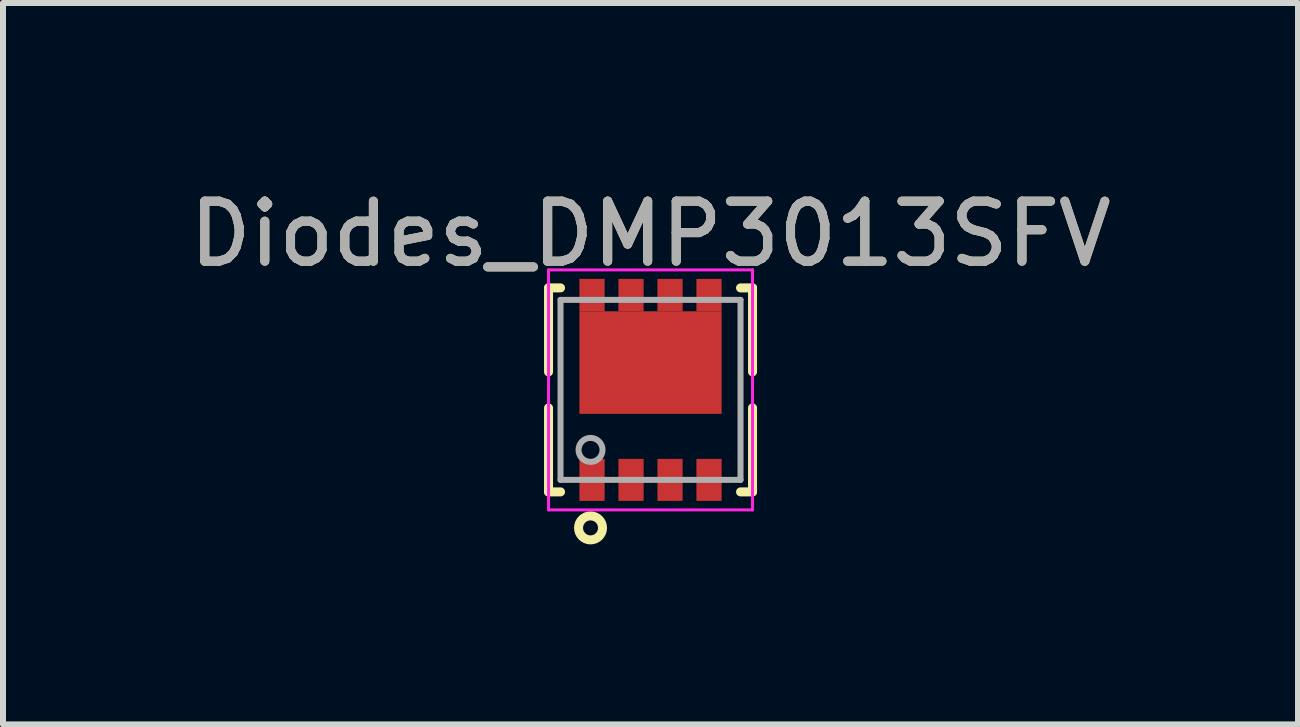
<source format=kicad_pcb>
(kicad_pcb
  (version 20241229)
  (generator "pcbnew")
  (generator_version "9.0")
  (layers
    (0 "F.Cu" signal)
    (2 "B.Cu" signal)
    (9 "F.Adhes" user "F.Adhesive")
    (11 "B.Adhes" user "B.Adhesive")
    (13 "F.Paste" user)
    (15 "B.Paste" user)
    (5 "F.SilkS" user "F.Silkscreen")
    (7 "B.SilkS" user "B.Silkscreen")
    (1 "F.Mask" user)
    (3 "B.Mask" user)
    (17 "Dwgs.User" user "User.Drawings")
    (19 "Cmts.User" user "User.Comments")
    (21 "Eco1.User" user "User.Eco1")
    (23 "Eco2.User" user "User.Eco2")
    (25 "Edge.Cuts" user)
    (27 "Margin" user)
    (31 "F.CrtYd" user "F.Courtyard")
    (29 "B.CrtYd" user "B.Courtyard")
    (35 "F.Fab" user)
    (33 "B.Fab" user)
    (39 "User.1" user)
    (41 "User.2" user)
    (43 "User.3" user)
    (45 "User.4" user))
  (footprint "Diodes_DMP3013SFV"
    (layer "F.Cu")
    (at 7.792 3.448)
    (property "Reference" "Diodes_DMP3013SFV" (at 0 -2.6 0) (layer "F.SilkS") (effects (font (size 1 1) (thickness 0.15))))
    (attr smd)
    (fp_line (start -1.7 -1.7) (end -1.7 -0.3) (stroke (width 0.15) (type solid)) (layer "F.SilkS"))
    (fp_line (start -1.7 0.3) (end -1.7 1.7) (stroke (width 0.15) (type solid)) (layer "F.SilkS"))
    (fp_line (start -1.7 1.7) (end -1.5 1.7) (stroke (width 0.15) (type solid)) (layer "F.SilkS"))
    (fp_line (start -1.5 -1.7) (end -1.7 -1.7) (stroke (width 0.15) (type solid)) (layer "F.SilkS"))
    (fp_line (start 1.5 1.7) (end 1.7 1.7) (stroke (width 0.15) (type solid)) (layer "F.SilkS"))
    (fp_line (start 1.7 -1.7) (end 1.5 -1.7) (stroke (width 0.15) (type solid)) (layer "F.SilkS"))
    (fp_line (start 1.7 -1.7) (end 1.7 -0.3) (stroke (width 0.15) (type solid)) (layer "F.SilkS"))
    (fp_line (start 1.7 0.3) (end 1.7 1.7) (stroke (width 0.15) (type solid)) (layer "F.SilkS"))
    (fp_circle (center -1 2.3) (end -1 2.1) (stroke (width 0.15) (type solid)) (fill no) (layer "F.SilkS"))
    (fp_line (start -1.7 -2) (end 1.7 -2) (stroke (width 0.05) (type solid)) (layer "F.CrtYd"))
    (fp_line (start -1.7 2) (end -1.7 -2) (stroke (width 0.05) (type solid)) (layer "F.CrtYd"))
    (fp_line (start 1.7 -2) (end 1.7 2) (stroke (width 0.05) (type solid)) (layer "F.CrtYd"))
    (fp_line (start 1.7 2) (end -1.7 2) (stroke (width 0.05) (type solid)) (layer "F.CrtYd"))
    (fp_line (start -1.5 -1.5) (end 1.5 -1.5) (stroke (width 0.1) (type solid)) (layer "F.Fab"))
    (fp_line (start -1.5 1.5) (end -1.5 -1.5) (stroke (width 0.1) (type solid)) (layer "F.Fab"))
    (fp_line (start 1.5 -1.5) (end 1.5 1.5) (stroke (width 0.1) (type solid)) (layer "F.Fab"))
    (fp_line (start 1.5 1.5) (end -1.5 1.5) (stroke (width 0.1) (type solid)) (layer "F.Fab"))
    (fp_circle (center -1 1) (end -1 0.8) (stroke (width 0.1) (type solid)) (fill no) (layer "F.Fab"))
    (fp_text user "${REFERENCE}" (at 0 -2.6 0) (layer "F.Fab") (effects (font (size 1 1) (thickness 0.15))))
    (pad "D" smd rect (at -0.975 -1.58) (size 0.42 0.54) (layers "F.Cu" "F.Mask" "F.Paste"))
    (pad "D" smd rect (at -0.325 -1.58) (size 0.42 0.54) (layers "F.Cu" "F.Mask" "F.Paste"))
    (pad "D" smd rect (at 0 -0.455) (size 2.37 1.71) (layers "F.Cu" "F.Mask" "F.Paste"))
    (pad "D" smd rect (at 0.325 -1.58) (size 0.42 0.54) (layers "F.Cu" "F.Mask" "F.Paste"))
    (pad "D" smd rect (at 0.975 -1.58) (size 0.42 0.54) (layers "F.Cu" "F.Mask" "F.Paste"))
    (pad "G" smd rect (at 0.975 1.5) (size 0.42 0.7) (layers "F.Cu" "F.Mask" "F.Paste"))
    (pad "S" smd rect (at -0.975 1.5) (size 0.42 0.7) (layers "F.Cu" "F.Mask" "F.Paste"))
    (pad "S" smd rect (at -0.325 1.5) (size 0.42 0.7) (layers "F.Cu" "F.Mask" "F.Paste"))
    (pad "S" smd rect (at 0.325 1.5) (size 0.42 0.7) (layers "F.Cu" "F.Mask" "F.Paste")))
  (gr_rect
    (start -3 -3)
    (end 18.583 9.023)
    (stroke (width 0.1) (type default))
    (fill no)
    (layer "Edge.Cuts")))
</source>
